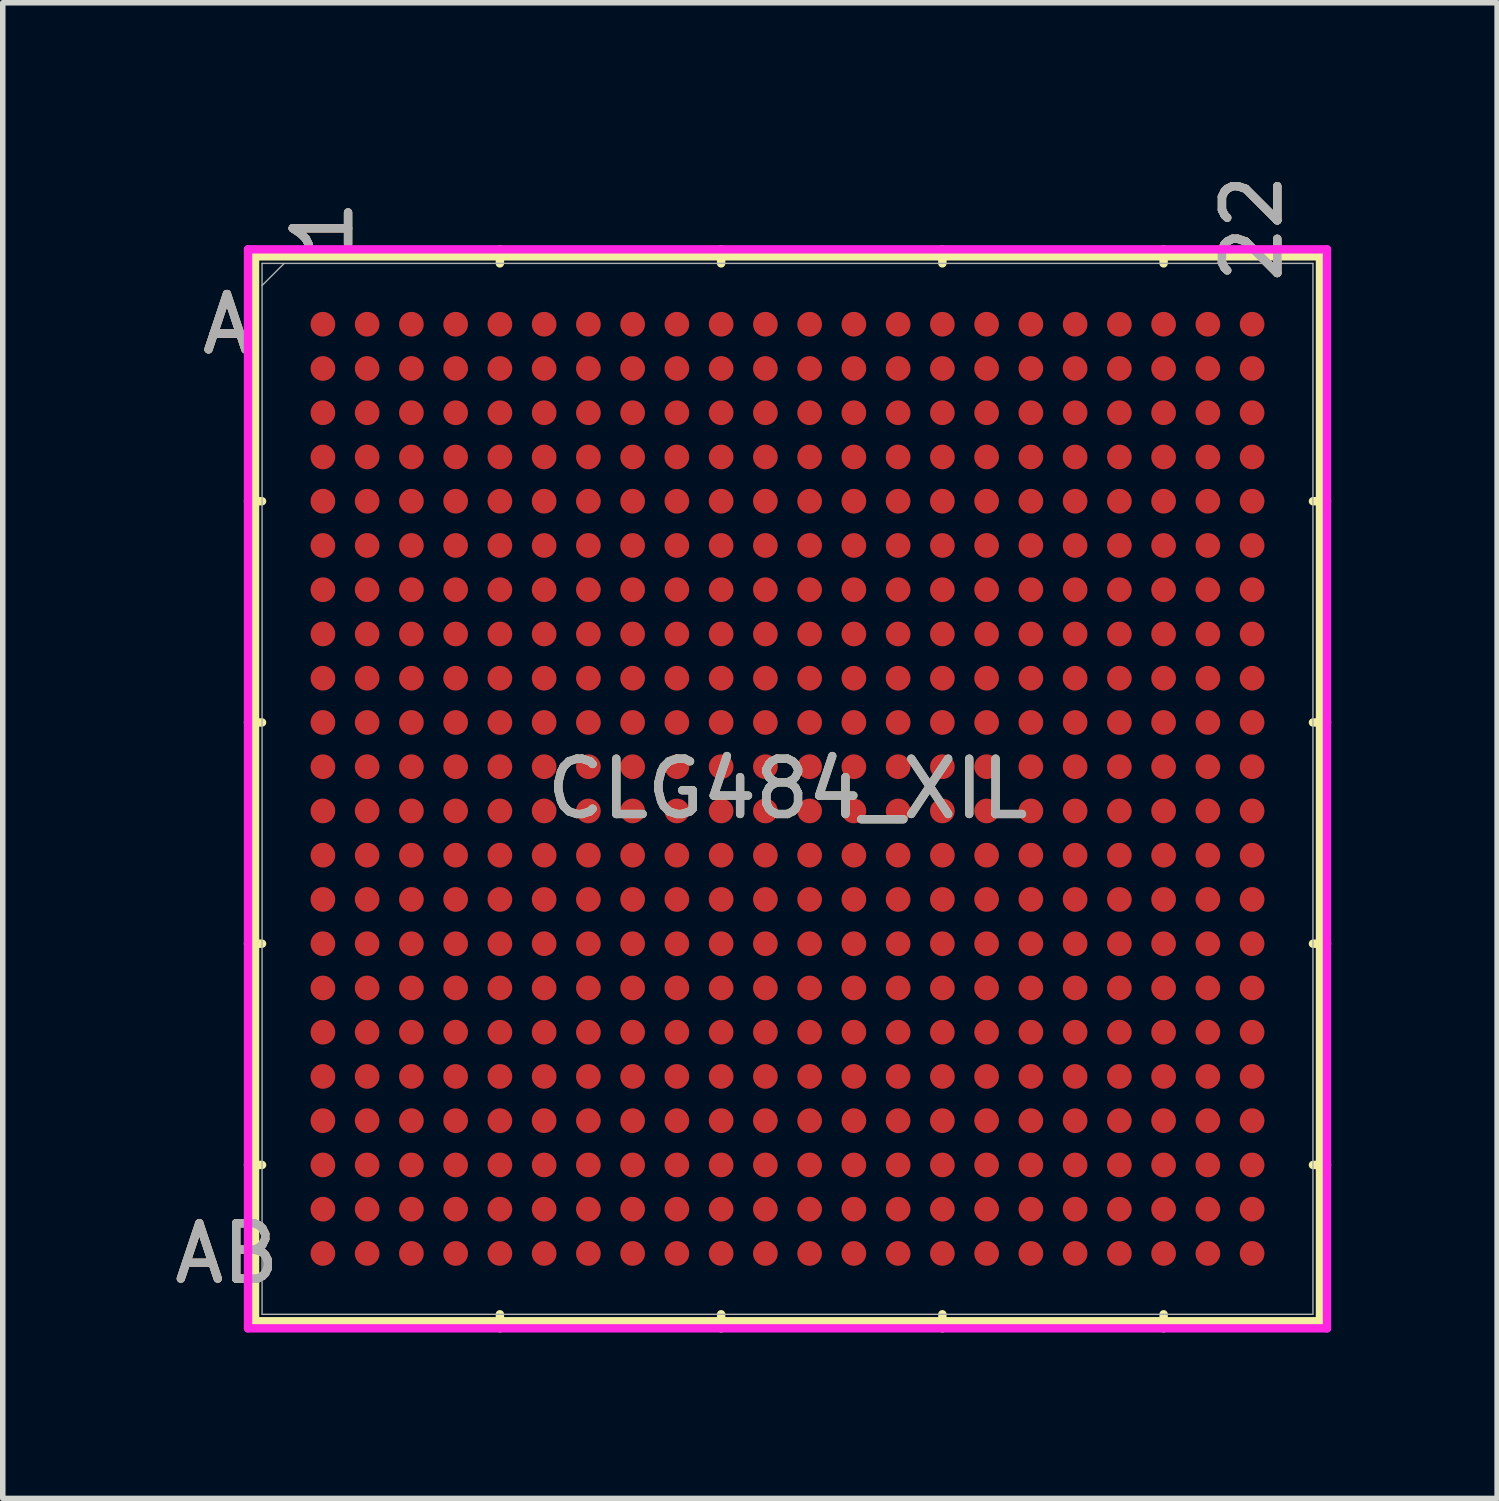
<source format=kicad_pcb>
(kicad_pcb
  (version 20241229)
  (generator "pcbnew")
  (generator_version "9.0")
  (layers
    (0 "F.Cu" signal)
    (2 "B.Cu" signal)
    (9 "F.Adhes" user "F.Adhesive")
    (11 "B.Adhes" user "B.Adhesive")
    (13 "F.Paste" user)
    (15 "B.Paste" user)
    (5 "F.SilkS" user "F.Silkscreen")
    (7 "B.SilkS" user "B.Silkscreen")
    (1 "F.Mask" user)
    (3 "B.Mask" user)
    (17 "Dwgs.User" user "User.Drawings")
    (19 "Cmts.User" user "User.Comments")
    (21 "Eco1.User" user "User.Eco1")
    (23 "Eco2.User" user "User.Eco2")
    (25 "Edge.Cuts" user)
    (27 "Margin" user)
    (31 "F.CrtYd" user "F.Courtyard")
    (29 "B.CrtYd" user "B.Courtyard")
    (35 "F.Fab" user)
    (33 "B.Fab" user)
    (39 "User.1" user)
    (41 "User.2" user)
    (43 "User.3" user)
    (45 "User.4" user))
  (footprint "CLG484_XIL"
    (layer "F.Cu")
    (at 11.188 11.212)
    (property "Reference" "CLG484_XIL" (at 0 0 0) (unlocked yes) (layer "F.SilkS") (effects (font (size 1 1) (thickness 0.15))))
    (attr smd)
    (fp_line (start -9.627 -9.627) (end -9.627 9.627) (stroke (width 0.152) (type solid)) (layer "F.SilkS"))
    (fp_line (start -9.627 9.627) (end 9.627 9.627) (stroke (width 0.152) (type solid)) (layer "F.SilkS"))
    (fp_line (start -9.5 -5.2) (end -9.754 -5.2) (stroke (width 0.152) (type solid)) (layer "F.SilkS"))
    (fp_line (start -9.5 -1.2) (end -9.754 -1.2) (stroke (width 0.152) (type solid)) (layer "F.SilkS"))
    (fp_line (start -9.5 2.8) (end -9.754 2.8) (stroke (width 0.152) (type solid)) (layer "F.SilkS"))
    (fp_line (start -9.5 6.8) (end -9.754 6.8) (stroke (width 0.152) (type solid)) (layer "F.SilkS"))
    (fp_line (start -5.2 -9.5) (end -5.2 -9.754) (stroke (width 0.152) (type solid)) (layer "F.SilkS"))
    (fp_line (start -5.2 9.5) (end -5.2 9.754) (stroke (width 0.152) (type solid)) (layer "F.SilkS"))
    (fp_line (start -1.2 -9.5) (end -1.2 -9.754) (stroke (width 0.152) (type solid)) (layer "F.SilkS"))
    (fp_line (start -1.2 9.5) (end -1.2 9.754) (stroke (width 0.152) (type solid)) (layer "F.SilkS"))
    (fp_line (start 2.8 -9.5) (end 2.8 -9.754) (stroke (width 0.152) (type solid)) (layer "F.SilkS"))
    (fp_line (start 2.8 9.5) (end 2.8 9.754) (stroke (width 0.152) (type solid)) (layer "F.SilkS"))
    (fp_line (start 6.8 -9.5) (end 6.8 -9.754) (stroke (width 0.152) (type solid)) (layer "F.SilkS"))
    (fp_line (start 6.8 9.5) (end 6.8 9.754) (stroke (width 0.152) (type solid)) (layer "F.SilkS"))
    (fp_line (start 9.5 -5.2) (end 9.754 -5.2) (stroke (width 0.152) (type solid)) (layer "F.SilkS"))
    (fp_line (start 9.5 -1.2) (end 9.754 -1.2) (stroke (width 0.152) (type solid)) (layer "F.SilkS"))
    (fp_line (start 9.5 2.8) (end 9.754 2.8) (stroke (width 0.152) (type solid)) (layer "F.SilkS"))
    (fp_line (start 9.5 6.8) (end 9.754 6.8) (stroke (width 0.152) (type solid)) (layer "F.SilkS"))
    (fp_line (start 9.627 -9.627) (end -9.627 -9.627) (stroke (width 0.152) (type solid)) (layer "F.SilkS"))
    (fp_line (start 9.627 9.627) (end 9.627 -9.627) (stroke (width 0.152) (type solid)) (layer "F.SilkS"))
    (fp_poly (pts (xy -9.244 -9.244) (xy 9.244 -9.244) (xy 9.244 9.244) (xy -9.244 9.244)) (stroke (width 0.1) (type solid)) (fill no) (layer "Eco2.User"))
    (fp_line (start -9.754 -9.754) (end 9.754 -9.754) (stroke (width 0.152) (type solid)) (layer "F.CrtYd"))
    (fp_line (start -9.754 9.754) (end -9.754 -9.754) (stroke (width 0.152) (type solid)) (layer "F.CrtYd"))
    (fp_line (start 9.754 -9.754) (end 9.754 9.754) (stroke (width 0.152) (type solid)) (layer "F.CrtYd"))
    (fp_line (start 9.754 9.754) (end -9.754 9.754) (stroke (width 0.152) (type solid)) (layer "F.CrtYd"))
    (fp_line (start -9.5 -9.5) (end -9.5 9.5) (stroke (width 0.025) (type solid)) (layer "F.Fab"))
    (fp_line (start -9.5 9.5) (end 9.5 9.5) (stroke (width 0.025) (type solid)) (layer "F.Fab"))
    (fp_line (start -9.1 -9.5) (end -9.5 -9.1) (stroke (width 0.025) (type solid)) (layer "F.Fab"))
    (fp_line (start 9.5 -9.5) (end -9.5 -9.5) (stroke (width 0.025) (type solid)) (layer "F.Fab"))
    (fp_line (start 9.5 9.5) (end 9.5 -9.5) (stroke (width 0.025) (type solid)) (layer "F.Fab"))
    (fp_text user "22" (at 8.4 -10.135 90) (unlocked yes) (layer "F.SilkS") (effects (font (size 1 1) (thickness 0.15))))
    (fp_text user "1" (at -8.4 -10.135 90) (unlocked yes) (layer "F.SilkS") (effects (font (size 1 1) (thickness 0.15))))
    (fp_text user "AB" (at -10.135 8.4 0) (unlocked yes) (layer "F.SilkS") (effects (font (size 1 1) (thickness 0.15))))
    (fp_text user "A" (at -10.135 -8.4 0) (unlocked yes) (layer "F.SilkS") (effects (font (size 1 1) (thickness 0.15))))
    (fp_text user "AB" (at -10.135 8.4 0) (unlocked yes) (layer "B.SilkS") (effects (font (size 1 1) (thickness 0.15))))
    (fp_text user "A" (at -10.135 -8.4 0) (unlocked yes) (layer "B.SilkS") (effects (font (size 1 1) (thickness 0.15))))
    (fp_text user "1" (at -8.4 -10.135 90) (unlocked yes) (layer "B.SilkS") (effects (font (size 1 1) (thickness 0.15))))
    (fp_text user "22" (at 8.4 -10.135 90) (unlocked yes) (layer "B.SilkS") (effects (font (size 1 1) (thickness 0.15))))
    (fp_text user "${REFERENCE}" (at 0 0 0) (unlocked yes) (layer "F.Fab") (effects (font (size 1 1) (thickness 0.15))))
    (fp_text user "22" (at 8.4 -10.135 90) (unlocked yes) (layer "F.Fab") (effects (font (size 1 1) (thickness 0.15))))
    (fp_text user "A" (at -10.135 -8.4 0) (unlocked yes) (layer "F.Fab") (effects (font (size 1 1) (thickness 0.15))))
    (fp_text user "1" (at -8.4 -10.135 90) (unlocked yes) (layer "F.Fab") (effects (font (size 1 1) (thickness 0.15))))
    (fp_text user "AB" (at -10.135 8.4 0) (unlocked yes) (layer "F.Fab") (effects (font (size 1 1) (thickness 0.15))))
    (pad "A1" smd circle (at -8.4 -8.4) (size 0.447 0.447) (layers "F.Cu" "F.Mask" "F.Paste"))
    (pad "A2" smd circle (at -7.6 -8.4) (size 0.447 0.447) (layers "F.Cu" "F.Mask" "F.Paste"))
    (pad "A3" smd circle (at -6.8 -8.4) (size 0.447 0.447) (layers "F.Cu" "F.Mask" "F.Paste"))
    (pad "A4" smd circle (at -6 -8.4) (size 0.447 0.447) (layers "F.Cu" "F.Mask" "F.Paste"))
    (pad "A5" smd circle (at -5.2 -8.4) (size 0.447 0.447) (layers "F.Cu" "F.Mask" "F.Paste"))
    (pad "A6" smd circle (at -4.4 -8.4) (size 0.447 0.447) (layers "F.Cu" "F.Mask" "F.Paste"))
    (pad "A7" smd circle (at -3.6 -8.4) (size 0.447 0.447) (layers "F.Cu" "F.Mask" "F.Paste"))
    (pad "A8" smd circle (at -2.8 -8.4) (size 0.447 0.447) (layers "F.Cu" "F.Mask" "F.Paste"))
    (pad "A9" smd circle (at -2 -8.4) (size 0.447 0.447) (layers "F.Cu" "F.Mask" "F.Paste"))
    (pad "A10" smd circle (at -1.2 -8.4) (size 0.447 0.447) (layers "F.Cu" "F.Mask" "F.Paste"))
    (pad "A11" smd circle (at -0.4 -8.4) (size 0.447 0.447) (layers "F.Cu" "F.Mask" "F.Paste"))
    (pad "A12" smd circle (at 0.4 -8.4) (size 0.447 0.447) (layers "F.Cu" "F.Mask" "F.Paste"))
    (pad "A13" smd circle (at 1.2 -8.4) (size 0.447 0.447) (layers "F.Cu" "F.Mask" "F.Paste"))
    (pad "A14" smd circle (at 2 -8.4) (size 0.447 0.447) (layers "F.Cu" "F.Mask" "F.Paste"))
    (pad "A15" smd circle (at 2.8 -8.4) (size 0.447 0.447) (layers "F.Cu" "F.Mask" "F.Paste"))
    (pad "A16" smd circle (at 3.6 -8.4) (size 0.447 0.447) (layers "F.Cu" "F.Mask" "F.Paste"))
    (pad "A17" smd circle (at 4.4 -8.4) (size 0.447 0.447) (layers "F.Cu" "F.Mask" "F.Paste"))
    (pad "A18" smd circle (at 5.2 -8.4) (size 0.447 0.447) (layers "F.Cu" "F.Mask" "F.Paste"))
    (pad "A19" smd circle (at 6 -8.4) (size 0.447 0.447) (layers "F.Cu" "F.Mask" "F.Paste"))
    (pad "A20" smd circle (at 6.8 -8.4) (size 0.447 0.447) (layers "F.Cu" "F.Mask" "F.Paste"))
    (pad "A21" smd circle (at 7.6 -8.4) (size 0.447 0.447) (layers "F.Cu" "F.Mask" "F.Paste"))
    (pad "A22" smd circle (at 8.4 -8.4) (size 0.447 0.447) (layers "F.Cu" "F.Mask" "F.Paste"))
    (pad "AA1" smd circle (at -8.4 7.6) (size 0.447 0.447) (layers "F.Cu" "F.Mask" "F.Paste"))
    (pad "AA2" smd circle (at -7.6 7.6) (size 0.447 0.447) (layers "F.Cu" "F.Mask" "F.Paste"))
    (pad "AA3" smd circle (at -6.8 7.6) (size 0.447 0.447) (layers "F.Cu" "F.Mask" "F.Paste"))
    (pad "AA4" smd circle (at -6 7.6) (size 0.447 0.447) (layers "F.Cu" "F.Mask" "F.Paste"))
    (pad "AA5" smd circle (at -5.2 7.6) (size 0.447 0.447) (layers "F.Cu" "F.Mask" "F.Paste"))
    (pad "AA6" smd circle (at -4.4 7.6) (size 0.447 0.447) (layers "F.Cu" "F.Mask" "F.Paste"))
    (pad "AA7" smd circle (at -3.6 7.6) (size 0.447 0.447) (layers "F.Cu" "F.Mask" "F.Paste"))
    (pad "AA8" smd circle (at -2.8 7.6) (size 0.447 0.447) (layers "F.Cu" "F.Mask" "F.Paste"))
    (pad "AA9" smd circle (at -2 7.6) (size 0.447 0.447) (layers "F.Cu" "F.Mask" "F.Paste"))
    (pad "AA10" smd circle (at -1.2 7.6) (size 0.447 0.447) (layers "F.Cu" "F.Mask" "F.Paste"))
    (pad "AA11" smd circle (at -0.4 7.6) (size 0.447 0.447) (layers "F.Cu" "F.Mask" "F.Paste"))
    (pad "AA12" smd circle (at 0.4 7.6) (size 0.447 0.447) (layers "F.Cu" "F.Mask" "F.Paste"))
    (pad "AA13" smd circle (at 1.2 7.6) (size 0.447 0.447) (layers "F.Cu" "F.Mask" "F.Paste"))
    (pad "AA14" smd circle (at 2 7.6) (size 0.447 0.447) (layers "F.Cu" "F.Mask" "F.Paste"))
    (pad "AA15" smd circle (at 2.8 7.6) (size 0.447 0.447) (layers "F.Cu" "F.Mask" "F.Paste"))
    (pad "AA16" smd circle (at 3.6 7.6) (size 0.447 0.447) (layers "F.Cu" "F.Mask" "F.Paste"))
    (pad "AA17" smd circle (at 4.4 7.6) (size 0.447 0.447) (layers "F.Cu" "F.Mask" "F.Paste"))
    (pad "AA18" smd circle (at 5.2 7.6) (size 0.447 0.447) (layers "F.Cu" "F.Mask" "F.Paste"))
    (pad "AA19" smd circle (at 6 7.6) (size 0.447 0.447) (layers "F.Cu" "F.Mask" "F.Paste"))
    (pad "AA20" smd circle (at 6.8 7.6) (size 0.447 0.447) (layers "F.Cu" "F.Mask" "F.Paste"))
    (pad "AA21" smd circle (at 7.6 7.6) (size 0.447 0.447) (layers "F.Cu" "F.Mask" "F.Paste"))
    (pad "AA22" smd circle (at 8.4 7.6) (size 0.447 0.447) (layers "F.Cu" "F.Mask" "F.Paste"))
    (pad "AB1" smd circle (at -8.4 8.4) (size 0.447 0.447) (layers "F.Cu" "F.Mask" "F.Paste"))
    (pad "AB2" smd circle (at -7.6 8.4) (size 0.447 0.447) (layers "F.Cu" "F.Mask" "F.Paste"))
    (pad "AB3" smd circle (at -6.8 8.4) (size 0.447 0.447) (layers "F.Cu" "F.Mask" "F.Paste"))
    (pad "AB4" smd circle (at -6 8.4) (size 0.447 0.447) (layers "F.Cu" "F.Mask" "F.Paste"))
    (pad "AB5" smd circle (at -5.2 8.4) (size 0.447 0.447) (layers "F.Cu" "F.Mask" "F.Paste"))
    (pad "AB6" smd circle (at -4.4 8.4) (size 0.447 0.447) (layers "F.Cu" "F.Mask" "F.Paste"))
    (pad "AB7" smd circle (at -3.6 8.4) (size 0.447 0.447) (layers "F.Cu" "F.Mask" "F.Paste"))
    (pad "AB8" smd circle (at -2.8 8.4) (size 0.447 0.447) (layers "F.Cu" "F.Mask" "F.Paste"))
    (pad "AB9" smd circle (at -2 8.4) (size 0.447 0.447) (layers "F.Cu" "F.Mask" "F.Paste"))
    (pad "AB10" smd circle (at -1.2 8.4) (size 0.447 0.447) (layers "F.Cu" "F.Mask" "F.Paste"))
    (pad "AB11" smd circle (at -0.4 8.4) (size 0.447 0.447) (layers "F.Cu" "F.Mask" "F.Paste"))
    (pad "AB12" smd circle (at 0.4 8.4) (size 0.447 0.447) (layers "F.Cu" "F.Mask" "F.Paste"))
    (pad "AB13" smd circle (at 1.2 8.4) (size 0.447 0.447) (layers "F.Cu" "F.Mask" "F.Paste"))
    (pad "AB14" smd circle (at 2 8.4) (size 0.447 0.447) (layers "F.Cu" "F.Mask" "F.Paste"))
    (pad "AB15" smd circle (at 2.8 8.4) (size 0.447 0.447) (layers "F.Cu" "F.Mask" "F.Paste"))
    (pad "AB16" smd circle (at 3.6 8.4) (size 0.447 0.447) (layers "F.Cu" "F.Mask" "F.Paste"))
    (pad "AB17" smd circle (at 4.4 8.4) (size 0.447 0.447) (layers "F.Cu" "F.Mask" "F.Paste"))
    (pad "AB18" smd circle (at 5.2 8.4) (size 0.447 0.447) (layers "F.Cu" "F.Mask" "F.Paste"))
    (pad "AB19" smd circle (at 6 8.4) (size 0.447 0.447) (layers "F.Cu" "F.Mask" "F.Paste"))
    (pad "AB20" smd circle (at 6.8 8.4) (size 0.447 0.447) (layers "F.Cu" "F.Mask" "F.Paste"))
    (pad "AB21" smd circle (at 7.6 8.4) (size 0.447 0.447) (layers "F.Cu" "F.Mask" "F.Paste"))
    (pad "AB22" smd circle (at 8.4 8.4) (size 0.447 0.447) (layers "F.Cu" "F.Mask" "F.Paste"))
    (pad "B1" smd circle (at -8.4 -7.6) (size 0.447 0.447) (layers "F.Cu" "F.Mask" "F.Paste"))
    (pad "B2" smd circle (at -7.6 -7.6) (size 0.447 0.447) (layers "F.Cu" "F.Mask" "F.Paste"))
    (pad "B3" smd circle (at -6.8 -7.6) (size 0.447 0.447) (layers "F.Cu" "F.Mask" "F.Paste"))
    (pad "B4" smd circle (at -6 -7.6) (size 0.447 0.447) (layers "F.Cu" "F.Mask" "F.Paste"))
    (pad "B5" smd circle (at -5.2 -7.6) (size 0.447 0.447) (layers "F.Cu" "F.Mask" "F.Paste"))
    (pad "B6" smd circle (at -4.4 -7.6) (size 0.447 0.447) (layers "F.Cu" "F.Mask" "F.Paste"))
    (pad "B7" smd circle (at -3.6 -7.6) (size 0.447 0.447) (layers "F.Cu" "F.Mask" "F.Paste"))
    (pad "B8" smd circle (at -2.8 -7.6) (size 0.447 0.447) (layers "F.Cu" "F.Mask" "F.Paste"))
    (pad "B9" smd circle (at -2 -7.6) (size 0.447 0.447) (layers "F.Cu" "F.Mask" "F.Paste"))
    (pad "B10" smd circle (at -1.2 -7.6) (size 0.447 0.447) (layers "F.Cu" "F.Mask" "F.Paste"))
    (pad "B11" smd circle (at -0.4 -7.6) (size 0.447 0.447) (layers "F.Cu" "F.Mask" "F.Paste"))
    (pad "B12" smd circle (at 0.4 -7.6) (size 0.447 0.447) (layers "F.Cu" "F.Mask" "F.Paste"))
    (pad "B13" smd circle (at 1.2 -7.6) (size 0.447 0.447) (layers "F.Cu" "F.Mask" "F.Paste"))
    (pad "B14" smd circle (at 2 -7.6) (size 0.447 0.447) (layers "F.Cu" "F.Mask" "F.Paste"))
    (pad "B15" smd circle (at 2.8 -7.6) (size 0.447 0.447) (layers "F.Cu" "F.Mask" "F.Paste"))
    (pad "B16" smd circle (at 3.6 -7.6) (size 0.447 0.447) (layers "F.Cu" "F.Mask" "F.Paste"))
    (pad "B17" smd circle (at 4.4 -7.6) (size 0.447 0.447) (layers "F.Cu" "F.Mask" "F.Paste"))
    (pad "B18" smd circle (at 5.2 -7.6) (size 0.447 0.447) (layers "F.Cu" "F.Mask" "F.Paste"))
    (pad "B19" smd circle (at 6 -7.6) (size 0.447 0.447) (layers "F.Cu" "F.Mask" "F.Paste"))
    (pad "B20" smd circle (at 6.8 -7.6) (size 0.447 0.447) (layers "F.Cu" "F.Mask" "F.Paste"))
    (pad "B21" smd circle (at 7.6 -7.6) (size 0.447 0.447) (layers "F.Cu" "F.Mask" "F.Paste"))
    (pad "B22" smd circle (at 8.4 -7.6) (size 0.447 0.447) (layers "F.Cu" "F.Mask" "F.Paste"))
    (pad "C1" smd circle (at -8.4 -6.8) (size 0.447 0.447) (layers "F.Cu" "F.Mask" "F.Paste"))
    (pad "C2" smd circle (at -7.6 -6.8) (size 0.447 0.447) (layers "F.Cu" "F.Mask" "F.Paste"))
    (pad "C3" smd circle (at -6.8 -6.8) (size 0.447 0.447) (layers "F.Cu" "F.Mask" "F.Paste"))
    (pad "C4" smd circle (at -6 -6.8) (size 0.447 0.447) (layers "F.Cu" "F.Mask" "F.Paste"))
    (pad "C5" smd circle (at -5.2 -6.8) (size 0.447 0.447) (layers "F.Cu" "F.Mask" "F.Paste"))
    (pad "C6" smd circle (at -4.4 -6.8) (size 0.447 0.447) (layers "F.Cu" "F.Mask" "F.Paste"))
    (pad "C7" smd circle (at -3.6 -6.8) (size 0.447 0.447) (layers "F.Cu" "F.Mask" "F.Paste"))
    (pad "C8" smd circle (at -2.8 -6.8) (size 0.447 0.447) (layers "F.Cu" "F.Mask" "F.Paste"))
    (pad "C9" smd circle (at -2 -6.8) (size 0.447 0.447) (layers "F.Cu" "F.Mask" "F.Paste"))
    (pad "C10" smd circle (at -1.2 -6.8) (size 0.447 0.447) (layers "F.Cu" "F.Mask" "F.Paste"))
    (pad "C11" smd circle (at -0.4 -6.8) (size 0.447 0.447) (layers "F.Cu" "F.Mask" "F.Paste"))
    (pad "C12" smd circle (at 0.4 -6.8) (size 0.447 0.447) (layers "F.Cu" "F.Mask" "F.Paste"))
    (pad "C13" smd circle (at 1.2 -6.8) (size 0.447 0.447) (layers "F.Cu" "F.Mask" "F.Paste"))
    (pad "C14" smd circle (at 2 -6.8) (size 0.447 0.447) (layers "F.Cu" "F.Mask" "F.Paste"))
    (pad "C15" smd circle (at 2.8 -6.8) (size 0.447 0.447) (layers "F.Cu" "F.Mask" "F.Paste"))
    (pad "C16" smd circle (at 3.6 -6.8) (size 0.447 0.447) (layers "F.Cu" "F.Mask" "F.Paste"))
    (pad "C17" smd circle (at 4.4 -6.8) (size 0.447 0.447) (layers "F.Cu" "F.Mask" "F.Paste"))
    (pad "C18" smd circle (at 5.2 -6.8) (size 0.447 0.447) (layers "F.Cu" "F.Mask" "F.Paste"))
    (pad "C19" smd circle (at 6 -6.8) (size 0.447 0.447) (layers "F.Cu" "F.Mask" "F.Paste"))
    (pad "C20" smd circle (at 6.8 -6.8) (size 0.447 0.447) (layers "F.Cu" "F.Mask" "F.Paste"))
    (pad "C21" smd circle (at 7.6 -6.8) (size 0.447 0.447) (layers "F.Cu" "F.Mask" "F.Paste"))
    (pad "C22" smd circle (at 8.4 -6.8) (size 0.447 0.447) (layers "F.Cu" "F.Mask" "F.Paste"))
    (pad "D1" smd circle (at -8.4 -6) (size 0.447 0.447) (layers "F.Cu" "F.Mask" "F.Paste"))
    (pad "D2" smd circle (at -7.6 -6) (size 0.447 0.447) (layers "F.Cu" "F.Mask" "F.Paste"))
    (pad "D3" smd circle (at -6.8 -6) (size 0.447 0.447) (layers "F.Cu" "F.Mask" "F.Paste"))
    (pad "D4" smd circle (at -6 -6) (size 0.447 0.447) (layers "F.Cu" "F.Mask" "F.Paste"))
    (pad "D5" smd circle (at -5.2 -6) (size 0.447 0.447) (layers "F.Cu" "F.Mask" "F.Paste"))
    (pad "D6" smd circle (at -4.4 -6) (size 0.447 0.447) (layers "F.Cu" "F.Mask" "F.Paste"))
    (pad "D7" smd circle (at -3.6 -6) (size 0.447 0.447) (layers "F.Cu" "F.Mask" "F.Paste"))
    (pad "D8" smd circle (at -2.8 -6) (size 0.447 0.447) (layers "F.Cu" "F.Mask" "F.Paste"))
    (pad "D9" smd circle (at -2 -6) (size 0.447 0.447) (layers "F.Cu" "F.Mask" "F.Paste"))
    (pad "D10" smd circle (at -1.2 -6) (size 0.447 0.447) (layers "F.Cu" "F.Mask" "F.Paste"))
    (pad "D11" smd circle (at -0.4 -6) (size 0.447 0.447) (layers "F.Cu" "F.Mask" "F.Paste"))
    (pad "D12" smd circle (at 0.4 -6) (size 0.447 0.447) (layers "F.Cu" "F.Mask" "F.Paste"))
    (pad "D13" smd circle (at 1.2 -6) (size 0.447 0.447) (layers "F.Cu" "F.Mask" "F.Paste"))
    (pad "D14" smd circle (at 2 -6) (size 0.447 0.447) (layers "F.Cu" "F.Mask" "F.Paste"))
    (pad "D15" smd circle (at 2.8 -6) (size 0.447 0.447) (layers "F.Cu" "F.Mask" "F.Paste"))
    (pad "D16" smd circle (at 3.6 -6) (size 0.447 0.447) (layers "F.Cu" "F.Mask" "F.Paste"))
    (pad "D17" smd circle (at 4.4 -6) (size 0.447 0.447) (layers "F.Cu" "F.Mask" "F.Paste"))
    (pad "D18" smd circle (at 5.2 -6) (size 0.447 0.447) (layers "F.Cu" "F.Mask" "F.Paste"))
    (pad "D19" smd circle (at 6 -6) (size 0.447 0.447) (layers "F.Cu" "F.Mask" "F.Paste"))
    (pad "D20" smd circle (at 6.8 -6) (size 0.447 0.447) (layers "F.Cu" "F.Mask" "F.Paste"))
    (pad "D21" smd circle (at 7.6 -6) (size 0.447 0.447) (layers "F.Cu" "F.Mask" "F.Paste"))
    (pad "D22" smd circle (at 8.4 -6) (size 0.447 0.447) (layers "F.Cu" "F.Mask" "F.Paste"))
    (pad "E1" smd circle (at -8.4 -5.2) (size 0.447 0.447) (layers "F.Cu" "F.Mask" "F.Paste"))
    (pad "E2" smd circle (at -7.6 -5.2) (size 0.447 0.447) (layers "F.Cu" "F.Mask" "F.Paste"))
    (pad "E3" smd circle (at -6.8 -5.2) (size 0.447 0.447) (layers "F.Cu" "F.Mask" "F.Paste"))
    (pad "E4" smd circle (at -6 -5.2) (size 0.447 0.447) (layers "F.Cu" "F.Mask" "F.Paste"))
    (pad "E5" smd circle (at -5.2 -5.2) (size 0.447 0.447) (layers "F.Cu" "F.Mask" "F.Paste"))
    (pad "E6" smd circle (at -4.4 -5.2) (size 0.447 0.447) (layers "F.Cu" "F.Mask" "F.Paste"))
    (pad "E7" smd circle (at -3.6 -5.2) (size 0.447 0.447) (layers "F.Cu" "F.Mask" "F.Paste"))
    (pad "E8" smd circle (at -2.8 -5.2) (size 0.447 0.447) (layers "F.Cu" "F.Mask" "F.Paste"))
    (pad "E9" smd circle (at -2 -5.2) (size 0.447 0.447) (layers "F.Cu" "F.Mask" "F.Paste"))
    (pad "E10" smd circle (at -1.2 -5.2) (size 0.447 0.447) (layers "F.Cu" "F.Mask" "F.Paste"))
    (pad "E11" smd circle (at -0.4 -5.2) (size 0.447 0.447) (layers "F.Cu" "F.Mask" "F.Paste"))
    (pad "E12" smd circle (at 0.4 -5.2) (size 0.447 0.447) (layers "F.Cu" "F.Mask" "F.Paste"))
    (pad "E13" smd circle (at 1.2 -5.2) (size 0.447 0.447) (layers "F.Cu" "F.Mask" "F.Paste"))
    (pad "E14" smd circle (at 2 -5.2) (size 0.447 0.447) (layers "F.Cu" "F.Mask" "F.Paste"))
    (pad "E15" smd circle (at 2.8 -5.2) (size 0.447 0.447) (layers "F.Cu" "F.Mask" "F.Paste"))
    (pad "E16" smd circle (at 3.6 -5.2) (size 0.447 0.447) (layers "F.Cu" "F.Mask" "F.Paste"))
    (pad "E17" smd circle (at 4.4 -5.2) (size 0.447 0.447) (layers "F.Cu" "F.Mask" "F.Paste"))
    (pad "E18" smd circle (at 5.2 -5.2) (size 0.447 0.447) (layers "F.Cu" "F.Mask" "F.Paste"))
    (pad "E19" smd circle (at 6 -5.2) (size 0.447 0.447) (layers "F.Cu" "F.Mask" "F.Paste"))
    (pad "E20" smd circle (at 6.8 -5.2) (size 0.447 0.447) (layers "F.Cu" "F.Mask" "F.Paste"))
    (pad "E21" smd circle (at 7.6 -5.2) (size 0.447 0.447) (layers "F.Cu" "F.Mask" "F.Paste"))
    (pad "E22" smd circle (at 8.4 -5.2) (size 0.447 0.447) (layers "F.Cu" "F.Mask" "F.Paste"))
    (pad "F1" smd circle (at -8.4 -4.4) (size 0.447 0.447) (layers "F.Cu" "F.Mask" "F.Paste"))
    (pad "F2" smd circle (at -7.6 -4.4) (size 0.447 0.447) (layers "F.Cu" "F.Mask" "F.Paste"))
    (pad "F3" smd circle (at -6.8 -4.4) (size 0.447 0.447) (layers "F.Cu" "F.Mask" "F.Paste"))
    (pad "F4" smd circle (at -6 -4.4) (size 0.447 0.447) (layers "F.Cu" "F.Mask" "F.Paste"))
    (pad "F5" smd circle (at -5.2 -4.4) (size 0.447 0.447) (layers "F.Cu" "F.Mask" "F.Paste"))
    (pad "F6" smd circle (at -4.4 -4.4) (size 0.447 0.447) (layers "F.Cu" "F.Mask" "F.Paste"))
    (pad "F7" smd circle (at -3.6 -4.4) (size 0.447 0.447) (layers "F.Cu" "F.Mask" "F.Paste"))
    (pad "F8" smd circle (at -2.8 -4.4) (size 0.447 0.447) (layers "F.Cu" "F.Mask" "F.Paste"))
    (pad "F9" smd circle (at -2 -4.4) (size 0.447 0.447) (layers "F.Cu" "F.Mask" "F.Paste"))
    (pad "F10" smd circle (at -1.2 -4.4) (size 0.447 0.447) (layers "F.Cu" "F.Mask" "F.Paste"))
    (pad "F11" smd circle (at -0.4 -4.4) (size 0.447 0.447) (layers "F.Cu" "F.Mask" "F.Paste"))
    (pad "F12" smd circle (at 0.4 -4.4) (size 0.447 0.447) (layers "F.Cu" "F.Mask" "F.Paste"))
    (pad "F13" smd circle (at 1.2 -4.4) (size 0.447 0.447) (layers "F.Cu" "F.Mask" "F.Paste"))
    (pad "F14" smd circle (at 2 -4.4) (size 0.447 0.447) (layers "F.Cu" "F.Mask" "F.Paste"))
    (pad "F15" smd circle (at 2.8 -4.4) (size 0.447 0.447) (layers "F.Cu" "F.Mask" "F.Paste"))
    (pad "F16" smd circle (at 3.6 -4.4) (size 0.447 0.447) (layers "F.Cu" "F.Mask" "F.Paste"))
    (pad "F17" smd circle (at 4.4 -4.4) (size 0.447 0.447) (layers "F.Cu" "F.Mask" "F.Paste"))
    (pad "F18" smd circle (at 5.2 -4.4) (size 0.447 0.447) (layers "F.Cu" "F.Mask" "F.Paste"))
    (pad "F19" smd circle (at 6 -4.4) (size 0.447 0.447) (layers "F.Cu" "F.Mask" "F.Paste"))
    (pad "F20" smd circle (at 6.8 -4.4) (size 0.447 0.447) (layers "F.Cu" "F.Mask" "F.Paste"))
    (pad "F21" smd circle (at 7.6 -4.4) (size 0.447 0.447) (layers "F.Cu" "F.Mask" "F.Paste"))
    (pad "F22" smd circle (at 8.4 -4.4) (size 0.447 0.447) (layers "F.Cu" "F.Mask" "F.Paste"))
    (pad "G1" smd circle (at -8.4 -3.6) (size 0.447 0.447) (layers "F.Cu" "F.Mask" "F.Paste"))
    (pad "G2" smd circle (at -7.6 -3.6) (size 0.447 0.447) (layers "F.Cu" "F.Mask" "F.Paste"))
    (pad "G3" smd circle (at -6.8 -3.6) (size 0.447 0.447) (layers "F.Cu" "F.Mask" "F.Paste"))
    (pad "G4" smd circle (at -6 -3.6) (size 0.447 0.447) (layers "F.Cu" "F.Mask" "F.Paste"))
    (pad "G5" smd circle (at -5.2 -3.6) (size 0.447 0.447) (layers "F.Cu" "F.Mask" "F.Paste"))
    (pad "G6" smd circle (at -4.4 -3.6) (size 0.447 0.447) (layers "F.Cu" "F.Mask" "F.Paste"))
    (pad "G7" smd circle (at -3.6 -3.6) (size 0.447 0.447) (layers "F.Cu" "F.Mask" "F.Paste"))
    (pad "G8" smd circle (at -2.8 -3.6) (size 0.447 0.447) (layers "F.Cu" "F.Mask" "F.Paste"))
    (pad "G9" smd circle (at -2 -3.6) (size 0.447 0.447) (layers "F.Cu" "F.Mask" "F.Paste"))
    (pad "G10" smd circle (at -1.2 -3.6) (size 0.447 0.447) (layers "F.Cu" "F.Mask" "F.Paste"))
    (pad "G11" smd circle (at -0.4 -3.6) (size 0.447 0.447) (layers "F.Cu" "F.Mask" "F.Paste"))
    (pad "G12" smd circle (at 0.4 -3.6) (size 0.447 0.447) (layers "F.Cu" "F.Mask" "F.Paste"))
    (pad "G13" smd circle (at 1.2 -3.6) (size 0.447 0.447) (layers "F.Cu" "F.Mask" "F.Paste"))
    (pad "G14" smd circle (at 2 -3.6) (size 0.447 0.447) (layers "F.Cu" "F.Mask" "F.Paste"))
    (pad "G15" smd circle (at 2.8 -3.6) (size 0.447 0.447) (layers "F.Cu" "F.Mask" "F.Paste"))
    (pad "G16" smd circle (at 3.6 -3.6) (size 0.447 0.447) (layers "F.Cu" "F.Mask" "F.Paste"))
    (pad "G17" smd circle (at 4.4 -3.6) (size 0.447 0.447) (layers "F.Cu" "F.Mask" "F.Paste"))
    (pad "G18" smd circle (at 5.2 -3.6) (size 0.447 0.447) (layers "F.Cu" "F.Mask" "F.Paste"))
    (pad "G19" smd circle (at 6 -3.6) (size 0.447 0.447) (layers "F.Cu" "F.Mask" "F.Paste"))
    (pad "G20" smd circle (at 6.8 -3.6) (size 0.447 0.447) (layers "F.Cu" "F.Mask" "F.Paste"))
    (pad "G21" smd circle (at 7.6 -3.6) (size 0.447 0.447) (layers "F.Cu" "F.Mask" "F.Paste"))
    (pad "G22" smd circle (at 8.4 -3.6) (size 0.447 0.447) (layers "F.Cu" "F.Mask" "F.Paste"))
    (pad "H1" smd circle (at -8.4 -2.8) (size 0.447 0.447) (layers "F.Cu" "F.Mask" "F.Paste"))
    (pad "H2" smd circle (at -7.6 -2.8) (size 0.447 0.447) (layers "F.Cu" "F.Mask" "F.Paste"))
    (pad "H3" smd circle (at -6.8 -2.8) (size 0.447 0.447) (layers "F.Cu" "F.Mask" "F.Paste"))
    (pad "H4" smd circle (at -6 -2.8) (size 0.447 0.447) (layers "F.Cu" "F.Mask" "F.Paste"))
    (pad "H5" smd circle (at -5.2 -2.8) (size 0.447 0.447) (layers "F.Cu" "F.Mask" "F.Paste"))
    (pad "H6" smd circle (at -4.4 -2.8) (size 0.447 0.447) (layers "F.Cu" "F.Mask" "F.Paste"))
    (pad "H7" smd circle (at -3.6 -2.8) (size 0.447 0.447) (layers "F.Cu" "F.Mask" "F.Paste"))
    (pad "H8" smd circle (at -2.8 -2.8) (size 0.447 0.447) (layers "F.Cu" "F.Mask" "F.Paste"))
    (pad "H9" smd circle (at -2 -2.8) (size 0.447 0.447) (layers "F.Cu" "F.Mask" "F.Paste"))
    (pad "H10" smd circle (at -1.2 -2.8) (size 0.447 0.447) (layers "F.Cu" "F.Mask" "F.Paste"))
    (pad "H11" smd circle (at -0.4 -2.8) (size 0.447 0.447) (layers "F.Cu" "F.Mask" "F.Paste"))
    (pad "H12" smd circle (at 0.4 -2.8) (size 0.447 0.447) (layers "F.Cu" "F.Mask" "F.Paste"))
    (pad "H13" smd circle (at 1.2 -2.8) (size 0.447 0.447) (layers "F.Cu" "F.Mask" "F.Paste"))
    (pad "H14" smd circle (at 2 -2.8) (size 0.447 0.447) (layers "F.Cu" "F.Mask" "F.Paste"))
    (pad "H15" smd circle (at 2.8 -2.8) (size 0.447 0.447) (layers "F.Cu" "F.Mask" "F.Paste"))
    (pad "H16" smd circle (at 3.6 -2.8) (size 0.447 0.447) (layers "F.Cu" "F.Mask" "F.Paste"))
    (pad "H17" smd circle (at 4.4 -2.8) (size 0.447 0.447) (layers "F.Cu" "F.Mask" "F.Paste"))
    (pad "H18" smd circle (at 5.2 -2.8) (size 0.447 0.447) (layers "F.Cu" "F.Mask" "F.Paste"))
    (pad "H19" smd circle (at 6 -2.8) (size 0.447 0.447) (layers "F.Cu" "F.Mask" "F.Paste"))
    (pad "H20" smd circle (at 6.8 -2.8) (size 0.447 0.447) (layers "F.Cu" "F.Mask" "F.Paste"))
    (pad "H21" smd circle (at 7.6 -2.8) (size 0.447 0.447) (layers "F.Cu" "F.Mask" "F.Paste"))
    (pad "H22" smd circle (at 8.4 -2.8) (size 0.447 0.447) (layers "F.Cu" "F.Mask" "F.Paste"))
    (pad "J1" smd circle (at -8.4 -2) (size 0.447 0.447) (layers "F.Cu" "F.Mask" "F.Paste"))
    (pad "J2" smd circle (at -7.6 -2) (size 0.447 0.447) (layers "F.Cu" "F.Mask" "F.Paste"))
    (pad "J3" smd circle (at -6.8 -2) (size 0.447 0.447) (layers "F.Cu" "F.Mask" "F.Paste"))
    (pad "J4" smd circle (at -6 -2) (size 0.447 0.447) (layers "F.Cu" "F.Mask" "F.Paste"))
    (pad "J5" smd circle (at -5.2 -2) (size 0.447 0.447) (layers "F.Cu" "F.Mask" "F.Paste"))
    (pad "J6" smd circle (at -4.4 -2) (size 0.447 0.447) (layers "F.Cu" "F.Mask" "F.Paste"))
    (pad "J7" smd circle (at -3.6 -2) (size 0.447 0.447) (layers "F.Cu" "F.Mask" "F.Paste"))
    (pad "J8" smd circle (at -2.8 -2) (size 0.447 0.447) (layers "F.Cu" "F.Mask" "F.Paste"))
    (pad "J9" smd circle (at -2 -2) (size 0.447 0.447) (layers "F.Cu" "F.Mask" "F.Paste"))
    (pad "J10" smd circle (at -1.2 -2) (size 0.447 0.447) (layers "F.Cu" "F.Mask" "F.Paste"))
    (pad "J11" smd circle (at -0.4 -2) (size 0.447 0.447) (layers "F.Cu" "F.Mask" "F.Paste"))
    (pad "J12" smd circle (at 0.4 -2) (size 0.447 0.447) (layers "F.Cu" "F.Mask" "F.Paste"))
    (pad "J13" smd circle (at 1.2 -2) (size 0.447 0.447) (layers "F.Cu" "F.Mask" "F.Paste"))
    (pad "J14" smd circle (at 2 -2) (size 0.447 0.447) (layers "F.Cu" "F.Mask" "F.Paste"))
    (pad "J15" smd circle (at 2.8 -2) (size 0.447 0.447) (layers "F.Cu" "F.Mask" "F.Paste"))
    (pad "J16" smd circle (at 3.6 -2) (size 0.447 0.447) (layers "F.Cu" "F.Mask" "F.Paste"))
    (pad "J17" smd circle (at 4.4 -2) (size 0.447 0.447) (layers "F.Cu" "F.Mask" "F.Paste"))
    (pad "J18" smd circle (at 5.2 -2) (size 0.447 0.447) (layers "F.Cu" "F.Mask" "F.Paste"))
    (pad "J19" smd circle (at 6 -2) (size 0.447 0.447) (layers "F.Cu" "F.Mask" "F.Paste"))
    (pad "J20" smd circle (at 6.8 -2) (size 0.447 0.447) (layers "F.Cu" "F.Mask" "F.Paste"))
    (pad "J21" smd circle (at 7.6 -2) (size 0.447 0.447) (layers "F.Cu" "F.Mask" "F.Paste"))
    (pad "J22" smd circle (at 8.4 -2) (size 0.447 0.447) (layers "F.Cu" "F.Mask" "F.Paste"))
    (pad "K1" smd circle (at -8.4 -1.2) (size 0.447 0.447) (layers "F.Cu" "F.Mask" "F.Paste"))
    (pad "K2" smd circle (at -7.6 -1.2) (size 0.447 0.447) (layers "F.Cu" "F.Mask" "F.Paste"))
    (pad "K3" smd circle (at -6.8 -1.2) (size 0.447 0.447) (layers "F.Cu" "F.Mask" "F.Paste"))
    (pad "K4" smd circle (at -6 -1.2) (size 0.447 0.447) (layers "F.Cu" "F.Mask" "F.Paste"))
    (pad "K5" smd circle (at -5.2 -1.2) (size 0.447 0.447) (layers "F.Cu" "F.Mask" "F.Paste"))
    (pad "K6" smd circle (at -4.4 -1.2) (size 0.447 0.447) (layers "F.Cu" "F.Mask" "F.Paste"))
    (pad "K7" smd circle (at -3.6 -1.2) (size 0.447 0.447) (layers "F.Cu" "F.Mask" "F.Paste"))
    (pad "K8" smd circle (at -2.8 -1.2) (size 0.447 0.447) (layers "F.Cu" "F.Mask" "F.Paste"))
    (pad "K9" smd circle (at -2 -1.2) (size 0.447 0.447) (layers "F.Cu" "F.Mask" "F.Paste"))
    (pad "K10" smd circle (at -1.2 -1.2) (size 0.447 0.447) (layers "F.Cu" "F.Mask" "F.Paste"))
    (pad "K11" smd circle (at -0.4 -1.2) (size 0.447 0.447) (layers "F.Cu" "F.Mask" "F.Paste"))
    (pad "K12" smd circle (at 0.4 -1.2) (size 0.447 0.447) (layers "F.Cu" "F.Mask" "F.Paste"))
    (pad "K13" smd circle (at 1.2 -1.2) (size 0.447 0.447) (layers "F.Cu" "F.Mask" "F.Paste"))
    (pad "K14" smd circle (at 2 -1.2) (size 0.447 0.447) (layers "F.Cu" "F.Mask" "F.Paste"))
    (pad "K15" smd circle (at 2.8 -1.2) (size 0.447 0.447) (layers "F.Cu" "F.Mask" "F.Paste"))
    (pad "K16" smd circle (at 3.6 -1.2) (size 0.447 0.447) (layers "F.Cu" "F.Mask" "F.Paste"))
    (pad "K17" smd circle (at 4.4 -1.2) (size 0.447 0.447) (layers "F.Cu" "F.Mask" "F.Paste"))
    (pad "K18" smd circle (at 5.2 -1.2) (size 0.447 0.447) (layers "F.Cu" "F.Mask" "F.Paste"))
    (pad "K19" smd circle (at 6 -1.2) (size 0.447 0.447) (layers "F.Cu" "F.Mask" "F.Paste"))
    (pad "K20" smd circle (at 6.8 -1.2) (size 0.447 0.447) (layers "F.Cu" "F.Mask" "F.Paste"))
    (pad "K21" smd circle (at 7.6 -1.2) (size 0.447 0.447) (layers "F.Cu" "F.Mask" "F.Paste"))
    (pad "K22" smd circle (at 8.4 -1.2) (size 0.447 0.447) (layers "F.Cu" "F.Mask" "F.Paste"))
    (pad "L1" smd circle (at -8.4 -0.4) (size 0.447 0.447) (layers "F.Cu" "F.Mask" "F.Paste"))
    (pad "L2" smd circle (at -7.6 -0.4) (size 0.447 0.447) (layers "F.Cu" "F.Mask" "F.Paste"))
    (pad "L3" smd circle (at -6.8 -0.4) (size 0.447 0.447) (layers "F.Cu" "F.Mask" "F.Paste"))
    (pad "L4" smd circle (at -6 -0.4) (size 0.447 0.447) (layers "F.Cu" "F.Mask" "F.Paste"))
    (pad "L5" smd circle (at -5.2 -0.4) (size 0.447 0.447) (layers "F.Cu" "F.Mask" "F.Paste"))
    (pad "L6" smd circle (at -4.4 -0.4) (size 0.447 0.447) (layers "F.Cu" "F.Mask" "F.Paste"))
    (pad "L7" smd circle (at -3.6 -0.4) (size 0.447 0.447) (layers "F.Cu" "F.Mask" "F.Paste"))
    (pad "L8" smd circle (at -2.8 -0.4) (size 0.447 0.447) (layers "F.Cu" "F.Mask" "F.Paste"))
    (pad "L9" smd circle (at -2 -0.4) (size 0.447 0.447) (layers "F.Cu" "F.Mask" "F.Paste"))
    (pad "L10" smd circle (at -1.2 -0.4) (size 0.447 0.447) (layers "F.Cu" "F.Mask" "F.Paste"))
    (pad "L11" smd circle (at -0.4 -0.4) (size 0.447 0.447) (layers "F.Cu" "F.Mask" "F.Paste"))
    (pad "L12" smd circle (at 0.4 -0.4) (size 0.447 0.447) (layers "F.Cu" "F.Mask" "F.Paste"))
    (pad "L13" smd circle (at 1.2 -0.4) (size 0.447 0.447) (layers "F.Cu" "F.Mask" "F.Paste"))
    (pad "L14" smd circle (at 2 -0.4) (size 0.447 0.447) (layers "F.Cu" "F.Mask" "F.Paste"))
    (pad "L15" smd circle (at 2.8 -0.4) (size 0.447 0.447) (layers "F.Cu" "F.Mask" "F.Paste"))
    (pad "L16" smd circle (at 3.6 -0.4) (size 0.447 0.447) (layers "F.Cu" "F.Mask" "F.Paste"))
    (pad "L17" smd circle (at 4.4 -0.4) (size 0.447 0.447) (layers "F.Cu" "F.Mask" "F.Paste"))
    (pad "L18" smd circle (at 5.2 -0.4) (size 0.447 0.447) (layers "F.Cu" "F.Mask" "F.Paste"))
    (pad "L19" smd circle (at 6 -0.4) (size 0.447 0.447) (layers "F.Cu" "F.Mask" "F.Paste"))
    (pad "L20" smd circle (at 6.8 -0.4) (size 0.447 0.447) (layers "F.Cu" "F.Mask" "F.Paste"))
    (pad "L21" smd circle (at 7.6 -0.4) (size 0.447 0.447) (layers "F.Cu" "F.Mask" "F.Paste"))
    (pad "L22" smd circle (at 8.4 -0.4) (size 0.447 0.447) (layers "F.Cu" "F.Mask" "F.Paste"))
    (pad "M1" smd circle (at -8.4 0.4) (size 0.447 0.447) (layers "F.Cu" "F.Mask" "F.Paste"))
    (pad "M2" smd circle (at -7.6 0.4) (size 0.447 0.447) (layers "F.Cu" "F.Mask" "F.Paste"))
    (pad "M3" smd circle (at -6.8 0.4) (size 0.447 0.447) (layers "F.Cu" "F.Mask" "F.Paste"))
    (pad "M4" smd circle (at -6 0.4) (size 0.447 0.447) (layers "F.Cu" "F.Mask" "F.Paste"))
    (pad "M5" smd circle (at -5.2 0.4) (size 0.447 0.447) (layers "F.Cu" "F.Mask" "F.Paste"))
    (pad "M6" smd circle (at -4.4 0.4) (size 0.447 0.447) (layers "F.Cu" "F.Mask" "F.Paste"))
    (pad "M7" smd circle (at -3.6 0.4) (size 0.447 0.447) (layers "F.Cu" "F.Mask" "F.Paste"))
    (pad "M8" smd circle (at -2.8 0.4) (size 0.447 0.447) (layers "F.Cu" "F.Mask" "F.Paste"))
    (pad "M9" smd circle (at -2 0.4) (size 0.447 0.447) (layers "F.Cu" "F.Mask" "F.Paste"))
    (pad "M10" smd circle (at -1.2 0.4) (size 0.447 0.447) (layers "F.Cu" "F.Mask" "F.Paste"))
    (pad "M11" smd circle (at -0.4 0.4) (size 0.447 0.447) (layers "F.Cu" "F.Mask" "F.Paste"))
    (pad "M12" smd circle (at 0.4 0.4) (size 0.447 0.447) (layers "F.Cu" "F.Mask" "F.Paste"))
    (pad "M13" smd circle (at 1.2 0.4) (size 0.447 0.447) (layers "F.Cu" "F.Mask" "F.Paste"))
    (pad "M14" smd circle (at 2 0.4) (size 0.447 0.447) (layers "F.Cu" "F.Mask" "F.Paste"))
    (pad "M15" smd circle (at 2.8 0.4) (size 0.447 0.447) (layers "F.Cu" "F.Mask" "F.Paste"))
    (pad "M16" smd circle (at 3.6 0.4) (size 0.447 0.447) (layers "F.Cu" "F.Mask" "F.Paste"))
    (pad "M17" smd circle (at 4.4 0.4) (size 0.447 0.447) (layers "F.Cu" "F.Mask" "F.Paste"))
    (pad "M18" smd circle (at 5.2 0.4) (size 0.447 0.447) (layers "F.Cu" "F.Mask" "F.Paste"))
    (pad "M19" smd circle (at 6 0.4) (size 0.447 0.447) (layers "F.Cu" "F.Mask" "F.Paste"))
    (pad "M20" smd circle (at 6.8 0.4) (size 0.447 0.447) (layers "F.Cu" "F.Mask" "F.Paste"))
    (pad "M21" smd circle (at 7.6 0.4) (size 0.447 0.447) (layers "F.Cu" "F.Mask" "F.Paste"))
    (pad "M22" smd circle (at 8.4 0.4) (size 0.447 0.447) (layers "F.Cu" "F.Mask" "F.Paste"))
    (pad "N1" smd circle (at -8.4 1.2) (size 0.447 0.447) (layers "F.Cu" "F.Mask" "F.Paste"))
    (pad "N2" smd circle (at -7.6 1.2) (size 0.447 0.447) (layers "F.Cu" "F.Mask" "F.Paste"))
    (pad "N3" smd circle (at -6.8 1.2) (size 0.447 0.447) (layers "F.Cu" "F.Mask" "F.Paste"))
    (pad "N4" smd circle (at -6 1.2) (size 0.447 0.447) (layers "F.Cu" "F.Mask" "F.Paste"))
    (pad "N5" smd circle (at -5.2 1.2) (size 0.447 0.447) (layers "F.Cu" "F.Mask" "F.Paste"))
    (pad "N6" smd circle (at -4.4 1.2) (size 0.447 0.447) (layers "F.Cu" "F.Mask" "F.Paste"))
    (pad "N7" smd circle (at -3.6 1.2) (size 0.447 0.447) (layers "F.Cu" "F.Mask" "F.Paste"))
    (pad "N8" smd circle (at -2.8 1.2) (size 0.447 0.447) (layers "F.Cu" "F.Mask" "F.Paste"))
    (pad "N9" smd circle (at -2 1.2) (size 0.447 0.447) (layers "F.Cu" "F.Mask" "F.Paste"))
    (pad "N10" smd circle (at -1.2 1.2) (size 0.447 0.447) (layers "F.Cu" "F.Mask" "F.Paste"))
    (pad "N11" smd circle (at -0.4 1.2) (size 0.447 0.447) (layers "F.Cu" "F.Mask" "F.Paste"))
    (pad "N12" smd circle (at 0.4 1.2) (size 0.447 0.447) (layers "F.Cu" "F.Mask" "F.Paste"))
    (pad "N13" smd circle (at 1.2 1.2) (size 0.447 0.447) (layers "F.Cu" "F.Mask" "F.Paste"))
    (pad "N14" smd circle (at 2 1.2) (size 0.447 0.447) (layers "F.Cu" "F.Mask" "F.Paste"))
    (pad "N15" smd circle (at 2.8 1.2) (size 0.447 0.447) (layers "F.Cu" "F.Mask" "F.Paste"))
    (pad "N16" smd circle (at 3.6 1.2) (size 0.447 0.447) (layers "F.Cu" "F.Mask" "F.Paste"))
    (pad "N17" smd circle (at 4.4 1.2) (size 0.447 0.447) (layers "F.Cu" "F.Mask" "F.Paste"))
    (pad "N18" smd circle (at 5.2 1.2) (size 0.447 0.447) (layers "F.Cu" "F.Mask" "F.Paste"))
    (pad "N19" smd circle (at 6 1.2) (size 0.447 0.447) (layers "F.Cu" "F.Mask" "F.Paste"))
    (pad "N20" smd circle (at 6.8 1.2) (size 0.447 0.447) (layers "F.Cu" "F.Mask" "F.Paste"))
    (pad "N21" smd circle (at 7.6 1.2) (size 0.447 0.447) (layers "F.Cu" "F.Mask" "F.Paste"))
    (pad "N22" smd circle (at 8.4 1.2) (size 0.447 0.447) (layers "F.Cu" "F.Mask" "F.Paste"))
    (pad "P1" smd circle (at -8.4 2) (size 0.447 0.447) (layers "F.Cu" "F.Mask" "F.Paste"))
    (pad "P2" smd circle (at -7.6 2) (size 0.447 0.447) (layers "F.Cu" "F.Mask" "F.Paste"))
    (pad "P3" smd circle (at -6.8 2) (size 0.447 0.447) (layers "F.Cu" "F.Mask" "F.Paste"))
    (pad "P4" smd circle (at -6 2) (size 0.447 0.447) (layers "F.Cu" "F.Mask" "F.Paste"))
    (pad "P5" smd circle (at -5.2 2) (size 0.447 0.447) (layers "F.Cu" "F.Mask" "F.Paste"))
    (pad "P6" smd circle (at -4.4 2) (size 0.447 0.447) (layers "F.Cu" "F.Mask" "F.Paste"))
    (pad "P7" smd circle (at -3.6 2) (size 0.447 0.447) (layers "F.Cu" "F.Mask" "F.Paste"))
    (pad "P8" smd circle (at -2.8 2) (size 0.447 0.447) (layers "F.Cu" "F.Mask" "F.Paste"))
    (pad "P9" smd circle (at -2 2) (size 0.447 0.447) (layers "F.Cu" "F.Mask" "F.Paste"))
    (pad "P10" smd circle (at -1.2 2) (size 0.447 0.447) (layers "F.Cu" "F.Mask" "F.Paste"))
    (pad "P11" smd circle (at -0.4 2) (size 0.447 0.447) (layers "F.Cu" "F.Mask" "F.Paste"))
    (pad "P12" smd circle (at 0.4 2) (size 0.447 0.447) (layers "F.Cu" "F.Mask" "F.Paste"))
    (pad "P13" smd circle (at 1.2 2) (size 0.447 0.447) (layers "F.Cu" "F.Mask" "F.Paste"))
    (pad "P14" smd circle (at 2 2) (size 0.447 0.447) (layers "F.Cu" "F.Mask" "F.Paste"))
    (pad "P15" smd circle (at 2.8 2) (size 0.447 0.447) (layers "F.Cu" "F.Mask" "F.Paste"))
    (pad "P16" smd circle (at 3.6 2) (size 0.447 0.447) (layers "F.Cu" "F.Mask" "F.Paste"))
    (pad "P17" smd circle (at 4.4 2) (size 0.447 0.447) (layers "F.Cu" "F.Mask" "F.Paste"))
    (pad "P18" smd circle (at 5.2 2) (size 0.447 0.447) (layers "F.Cu" "F.Mask" "F.Paste"))
    (pad "P19" smd circle (at 6 2) (size 0.447 0.447) (layers "F.Cu" "F.Mask" "F.Paste"))
    (pad "P20" smd circle (at 6.8 2) (size 0.447 0.447) (layers "F.Cu" "F.Mask" "F.Paste"))
    (pad "P21" smd circle (at 7.6 2) (size 0.447 0.447) (layers "F.Cu" "F.Mask" "F.Paste"))
    (pad "P22" smd circle (at 8.4 2) (size 0.447 0.447) (layers "F.Cu" "F.Mask" "F.Paste"))
    (pad "R1" smd circle (at -8.4 2.8) (size 0.447 0.447) (layers "F.Cu" "F.Mask" "F.Paste"))
    (pad "R2" smd circle (at -7.6 2.8) (size 0.447 0.447) (layers "F.Cu" "F.Mask" "F.Paste"))
    (pad "R3" smd circle (at -6.8 2.8) (size 0.447 0.447) (layers "F.Cu" "F.Mask" "F.Paste"))
    (pad "R4" smd circle (at -6 2.8) (size 0.447 0.447) (layers "F.Cu" "F.Mask" "F.Paste"))
    (pad "R5" smd circle (at -5.2 2.8) (size 0.447 0.447) (layers "F.Cu" "F.Mask" "F.Paste"))
    (pad "R6" smd circle (at -4.4 2.8) (size 0.447 0.447) (layers "F.Cu" "F.Mask" "F.Paste"))
    (pad "R7" smd circle (at -3.6 2.8) (size 0.447 0.447) (layers "F.Cu" "F.Mask" "F.Paste"))
    (pad "R8" smd circle (at -2.8 2.8) (size 0.447 0.447) (layers "F.Cu" "F.Mask" "F.Paste"))
    (pad "R9" smd circle (at -2 2.8) (size 0.447 0.447) (layers "F.Cu" "F.Mask" "F.Paste"))
    (pad "R10" smd circle (at -1.2 2.8) (size 0.447 0.447) (layers "F.Cu" "F.Mask" "F.Paste"))
    (pad "R11" smd circle (at -0.4 2.8) (size 0.447 0.447) (layers "F.Cu" "F.Mask" "F.Paste"))
    (pad "R12" smd circle (at 0.4 2.8) (size 0.447 0.447) (layers "F.Cu" "F.Mask" "F.Paste"))
    (pad "R13" smd circle (at 1.2 2.8) (size 0.447 0.447) (layers "F.Cu" "F.Mask" "F.Paste"))
    (pad "R14" smd circle (at 2 2.8) (size 0.447 0.447) (layers "F.Cu" "F.Mask" "F.Paste"))
    (pad "R15" smd circle (at 2.8 2.8) (size 0.447 0.447) (layers "F.Cu" "F.Mask" "F.Paste"))
    (pad "R16" smd circle (at 3.6 2.8) (size 0.447 0.447) (layers "F.Cu" "F.Mask" "F.Paste"))
    (pad "R17" smd circle (at 4.4 2.8) (size 0.447 0.447) (layers "F.Cu" "F.Mask" "F.Paste"))
    (pad "R18" smd circle (at 5.2 2.8) (size 0.447 0.447) (layers "F.Cu" "F.Mask" "F.Paste"))
    (pad "R19" smd circle (at 6 2.8) (size 0.447 0.447) (layers "F.Cu" "F.Mask" "F.Paste"))
    (pad "R20" smd circle (at 6.8 2.8) (size 0.447 0.447) (layers "F.Cu" "F.Mask" "F.Paste"))
    (pad "R21" smd circle (at 7.6 2.8) (size 0.447 0.447) (layers "F.Cu" "F.Mask" "F.Paste"))
    (pad "R22" smd circle (at 8.4 2.8) (size 0.447 0.447) (layers "F.Cu" "F.Mask" "F.Paste"))
    (pad "T1" smd circle (at -8.4 3.6) (size 0.447 0.447) (layers "F.Cu" "F.Mask" "F.Paste"))
    (pad "T2" smd circle (at -7.6 3.6) (size 0.447 0.447) (layers "F.Cu" "F.Mask" "F.Paste"))
    (pad "T3" smd circle (at -6.8 3.6) (size 0.447 0.447) (layers "F.Cu" "F.Mask" "F.Paste"))
    (pad "T4" smd circle (at -6 3.6) (size 0.447 0.447) (layers "F.Cu" "F.Mask" "F.Paste"))
    (pad "T5" smd circle (at -5.2 3.6) (size 0.447 0.447) (layers "F.Cu" "F.Mask" "F.Paste"))
    (pad "T6" smd circle (at -4.4 3.6) (size 0.447 0.447) (layers "F.Cu" "F.Mask" "F.Paste"))
    (pad "T7" smd circle (at -3.6 3.6) (size 0.447 0.447) (layers "F.Cu" "F.Mask" "F.Paste"))
    (pad "T8" smd circle (at -2.8 3.6) (size 0.447 0.447) (layers "F.Cu" "F.Mask" "F.Paste"))
    (pad "T9" smd circle (at -2 3.6) (size 0.447 0.447) (layers "F.Cu" "F.Mask" "F.Paste"))
    (pad "T10" smd circle (at -1.2 3.6) (size 0.447 0.447) (layers "F.Cu" "F.Mask" "F.Paste"))
    (pad "T11" smd circle (at -0.4 3.6) (size 0.447 0.447) (layers "F.Cu" "F.Mask" "F.Paste"))
    (pad "T12" smd circle (at 0.4 3.6) (size 0.447 0.447) (layers "F.Cu" "F.Mask" "F.Paste"))
    (pad "T13" smd circle (at 1.2 3.6) (size 0.447 0.447) (layers "F.Cu" "F.Mask" "F.Paste"))
    (pad "T14" smd circle (at 2 3.6) (size 0.447 0.447) (layers "F.Cu" "F.Mask" "F.Paste"))
    (pad "T15" smd circle (at 2.8 3.6) (size 0.447 0.447) (layers "F.Cu" "F.Mask" "F.Paste"))
    (pad "T16" smd circle (at 3.6 3.6) (size 0.447 0.447) (layers "F.Cu" "F.Mask" "F.Paste"))
    (pad "T17" smd circle (at 4.4 3.6) (size 0.447 0.447) (layers "F.Cu" "F.Mask" "F.Paste"))
    (pad "T18" smd circle (at 5.2 3.6) (size 0.447 0.447) (layers "F.Cu" "F.Mask" "F.Paste"))
    (pad "T19" smd circle (at 6 3.6) (size 0.447 0.447) (layers "F.Cu" "F.Mask" "F.Paste"))
    (pad "T20" smd circle (at 6.8 3.6) (size 0.447 0.447) (layers "F.Cu" "F.Mask" "F.Paste"))
    (pad "T21" smd circle (at 7.6 3.6) (size 0.447 0.447) (layers "F.Cu" "F.Mask" "F.Paste"))
    (pad "T22" smd circle (at 8.4 3.6) (size 0.447 0.447) (layers "F.Cu" "F.Mask" "F.Paste"))
    (pad "U1" smd circle (at -8.4 4.4) (size 0.447 0.447) (layers "F.Cu" "F.Mask" "F.Paste"))
    (pad "U2" smd circle (at -7.6 4.4) (size 0.447 0.447) (layers "F.Cu" "F.Mask" "F.Paste"))
    (pad "U3" smd circle (at -6.8 4.4) (size 0.447 0.447) (layers "F.Cu" "F.Mask" "F.Paste"))
    (pad "U4" smd circle (at -6 4.4) (size 0.447 0.447) (layers "F.Cu" "F.Mask" "F.Paste"))
    (pad "U5" smd circle (at -5.2 4.4) (size 0.447 0.447) (layers "F.Cu" "F.Mask" "F.Paste"))
    (pad "U6" smd circle (at -4.4 4.4) (size 0.447 0.447) (layers "F.Cu" "F.Mask" "F.Paste"))
    (pad "U7" smd circle (at -3.6 4.4) (size 0.447 0.447) (layers "F.Cu" "F.Mask" "F.Paste"))
    (pad "U8" smd circle (at -2.8 4.4) (size 0.447 0.447) (layers "F.Cu" "F.Mask" "F.Paste"))
    (pad "U9" smd circle (at -2 4.4) (size 0.447 0.447) (layers "F.Cu" "F.Mask" "F.Paste"))
    (pad "U10" smd circle (at -1.2 4.4) (size 0.447 0.447) (layers "F.Cu" "F.Mask" "F.Paste"))
    (pad "U11" smd circle (at -0.4 4.4) (size 0.447 0.447) (layers "F.Cu" "F.Mask" "F.Paste"))
    (pad "U12" smd circle (at 0.4 4.4) (size 0.447 0.447) (layers "F.Cu" "F.Mask" "F.Paste"))
    (pad "U13" smd circle (at 1.2 4.4) (size 0.447 0.447) (layers "F.Cu" "F.Mask" "F.Paste"))
    (pad "U14" smd circle (at 2 4.4) (size 0.447 0.447) (layers "F.Cu" "F.Mask" "F.Paste"))
    (pad "U15" smd circle (at 2.8 4.4) (size 0.447 0.447) (layers "F.Cu" "F.Mask" "F.Paste"))
    (pad "U16" smd circle (at 3.6 4.4) (size 0.447 0.447) (layers "F.Cu" "F.Mask" "F.Paste"))
    (pad "U17" smd circle (at 4.4 4.4) (size 0.447 0.447) (layers "F.Cu" "F.Mask" "F.Paste"))
    (pad "U18" smd circle (at 5.2 4.4) (size 0.447 0.447) (layers "F.Cu" "F.Mask" "F.Paste"))
    (pad "U19" smd circle (at 6 4.4) (size 0.447 0.447) (layers "F.Cu" "F.Mask" "F.Paste"))
    (pad "U20" smd circle (at 6.8 4.4) (size 0.447 0.447) (layers "F.Cu" "F.Mask" "F.Paste"))
    (pad "U21" smd circle (at 7.6 4.4) (size 0.447 0.447) (layers "F.Cu" "F.Mask" "F.Paste"))
    (pad "U22" smd circle (at 8.4 4.4) (size 0.447 0.447) (layers "F.Cu" "F.Mask" "F.Paste"))
    (pad "V1" smd circle (at -8.4 5.2) (size 0.447 0.447) (layers "F.Cu" "F.Mask" "F.Paste"))
    (pad "V2" smd circle (at -7.6 5.2) (size 0.447 0.447) (layers "F.Cu" "F.Mask" "F.Paste"))
    (pad "V3" smd circle (at -6.8 5.2) (size 0.447 0.447) (layers "F.Cu" "F.Mask" "F.Paste"))
    (pad "V4" smd circle (at -6 5.2) (size 0.447 0.447) (layers "F.Cu" "F.Mask" "F.Paste"))
    (pad "V5" smd circle (at -5.2 5.2) (size 0.447 0.447) (layers "F.Cu" "F.Mask" "F.Paste"))
    (pad "V6" smd circle (at -4.4 5.2) (size 0.447 0.447) (layers "F.Cu" "F.Mask" "F.Paste"))
    (pad "V7" smd circle (at -3.6 5.2) (size 0.447 0.447) (layers "F.Cu" "F.Mask" "F.Paste"))
    (pad "V8" smd circle (at -2.8 5.2) (size 0.447 0.447) (layers "F.Cu" "F.Mask" "F.Paste"))
    (pad "V9" smd circle (at -2 5.2) (size 0.447 0.447) (layers "F.Cu" "F.Mask" "F.Paste"))
    (pad "V10" smd circle (at -1.2 5.2) (size 0.447 0.447) (layers "F.Cu" "F.Mask" "F.Paste"))
    (pad "V11" smd circle (at -0.4 5.2) (size 0.447 0.447) (layers "F.Cu" "F.Mask" "F.Paste"))
    (pad "V12" smd circle (at 0.4 5.2) (size 0.447 0.447) (layers "F.Cu" "F.Mask" "F.Paste"))
    (pad "V13" smd circle (at 1.2 5.2) (size 0.447 0.447) (layers "F.Cu" "F.Mask" "F.Paste"))
    (pad "V14" smd circle (at 2 5.2) (size 0.447 0.447) (layers "F.Cu" "F.Mask" "F.Paste"))
    (pad "V15" smd circle (at 2.8 5.2) (size 0.447 0.447) (layers "F.Cu" "F.Mask" "F.Paste"))
    (pad "V16" smd circle (at 3.6 5.2) (size 0.447 0.447) (layers "F.Cu" "F.Mask" "F.Paste"))
    (pad "V17" smd circle (at 4.4 5.2) (size 0.447 0.447) (layers "F.Cu" "F.Mask" "F.Paste"))
    (pad "V18" smd circle (at 5.2 5.2) (size 0.447 0.447) (layers "F.Cu" "F.Mask" "F.Paste"))
    (pad "V19" smd circle (at 6 5.2) (size 0.447 0.447) (layers "F.Cu" "F.Mask" "F.Paste"))
    (pad "V20" smd circle (at 6.8 5.2) (size 0.447 0.447) (layers "F.Cu" "F.Mask" "F.Paste"))
    (pad "V21" smd circle (at 7.6 5.2) (size 0.447 0.447) (layers "F.Cu" "F.Mask" "F.Paste"))
    (pad "V22" smd circle (at 8.4 5.2) (size 0.447 0.447) (layers "F.Cu" "F.Mask" "F.Paste"))
    (pad "W1" smd circle (at -8.4 6) (size 0.447 0.447) (layers "F.Cu" "F.Mask" "F.Paste"))
    (pad "W2" smd circle (at -7.6 6) (size 0.447 0.447) (layers "F.Cu" "F.Mask" "F.Paste"))
    (pad "W3" smd circle (at -6.8 6) (size 0.447 0.447) (layers "F.Cu" "F.Mask" "F.Paste"))
    (pad "W4" smd circle (at -6 6) (size 0.447 0.447) (layers "F.Cu" "F.Mask" "F.Paste"))
    (pad "W5" smd circle (at -5.2 6) (size 0.447 0.447) (layers "F.Cu" "F.Mask" "F.Paste"))
    (pad "W6" smd circle (at -4.4 6) (size 0.447 0.447) (layers "F.Cu" "F.Mask" "F.Paste"))
    (pad "W7" smd circle (at -3.6 6) (size 0.447 0.447) (layers "F.Cu" "F.Mask" "F.Paste"))
    (pad "W8" smd circle (at -2.8 6) (size 0.447 0.447) (layers "F.Cu" "F.Mask" "F.Paste"))
    (pad "W9" smd circle (at -2 6) (size 0.447 0.447) (layers "F.Cu" "F.Mask" "F.Paste"))
    (pad "W10" smd circle (at -1.2 6) (size 0.447 0.447) (layers "F.Cu" "F.Mask" "F.Paste"))
    (pad "W11" smd circle (at -0.4 6) (size 0.447 0.447) (layers "F.Cu" "F.Mask" "F.Paste"))
    (pad "W12" smd circle (at 0.4 6) (size 0.447 0.447) (layers "F.Cu" "F.Mask" "F.Paste"))
    (pad "W13" smd circle (at 1.2 6) (size 0.447 0.447) (layers "F.Cu" "F.Mask" "F.Paste"))
    (pad "W14" smd circle (at 2 6) (size 0.447 0.447) (layers "F.Cu" "F.Mask" "F.Paste"))
    (pad "W15" smd circle (at 2.8 6) (size 0.447 0.447) (layers "F.Cu" "F.Mask" "F.Paste"))
    (pad "W16" smd circle (at 3.6 6) (size 0.447 0.447) (layers "F.Cu" "F.Mask" "F.Paste"))
    (pad "W17" smd circle (at 4.4 6) (size 0.447 0.447) (layers "F.Cu" "F.Mask" "F.Paste"))
    (pad "W18" smd circle (at 5.2 6) (size 0.447 0.447) (layers "F.Cu" "F.Mask" "F.Paste"))
    (pad "W19" smd circle (at 6 6) (size 0.447 0.447) (layers "F.Cu" "F.Mask" "F.Paste"))
    (pad "W20" smd circle (at 6.8 6) (size 0.447 0.447) (layers "F.Cu" "F.Mask" "F.Paste"))
    (pad "W21" smd circle (at 7.6 6) (size 0.447 0.447) (layers "F.Cu" "F.Mask" "F.Paste"))
    (pad "W22" smd circle (at 8.4 6) (size 0.447 0.447) (layers "F.Cu" "F.Mask" "F.Paste"))
    (pad "Y1" smd circle (at -8.4 6.8) (size 0.447 0.447) (layers "F.Cu" "F.Mask" "F.Paste"))
    (pad "Y2" smd circle (at -7.6 6.8) (size 0.447 0.447) (layers "F.Cu" "F.Mask" "F.Paste"))
    (pad "Y3" smd circle (at -6.8 6.8) (size 0.447 0.447) (layers "F.Cu" "F.Mask" "F.Paste"))
    (pad "Y4" smd circle (at -6 6.8) (size 0.447 0.447) (layers "F.Cu" "F.Mask" "F.Paste"))
    (pad "Y5" smd circle (at -5.2 6.8) (size 0.447 0.447) (layers "F.Cu" "F.Mask" "F.Paste"))
    (pad "Y6" smd circle (at -4.4 6.8) (size 0.447 0.447) (layers "F.Cu" "F.Mask" "F.Paste"))
    (pad "Y7" smd circle (at -3.6 6.8) (size 0.447 0.447) (layers "F.Cu" "F.Mask" "F.Paste"))
    (pad "Y8" smd circle (at -2.8 6.8) (size 0.447 0.447) (layers "F.Cu" "F.Mask" "F.Paste"))
    (pad "Y9" smd circle (at -2 6.8) (size 0.447 0.447) (layers "F.Cu" "F.Mask" "F.Paste"))
    (pad "Y10" smd circle (at -1.2 6.8) (size 0.447 0.447) (layers "F.Cu" "F.Mask" "F.Paste"))
    (pad "Y11" smd circle (at -0.4 6.8) (size 0.447 0.447) (layers "F.Cu" "F.Mask" "F.Paste"))
    (pad "Y12" smd circle (at 0.4 6.8) (size 0.447 0.447) (layers "F.Cu" "F.Mask" "F.Paste"))
    (pad "Y13" smd circle (at 1.2 6.8) (size 0.447 0.447) (layers "F.Cu" "F.Mask" "F.Paste"))
    (pad "Y14" smd circle (at 2 6.8) (size 0.447 0.447) (layers "F.Cu" "F.Mask" "F.Paste"))
    (pad "Y15" smd circle (at 2.8 6.8) (size 0.447 0.447) (layers "F.Cu" "F.Mask" "F.Paste"))
    (pad "Y16" smd circle (at 3.6 6.8) (size 0.447 0.447) (layers "F.Cu" "F.Mask" "F.Paste"))
    (pad "Y17" smd circle (at 4.4 6.8) (size 0.447 0.447) (layers "F.Cu" "F.Mask" "F.Paste"))
    (pad "Y18" smd circle (at 5.2 6.8) (size 0.447 0.447) (layers "F.Cu" "F.Mask" "F.Paste"))
    (pad "Y19" smd circle (at 6 6.8) (size 0.447 0.447) (layers "F.Cu" "F.Mask" "F.Paste"))
    (pad "Y20" smd circle (at 6.8 6.8) (size 0.447 0.447) (layers "F.Cu" "F.Mask" "F.Paste"))
    (pad "Y21" smd circle (at 7.6 6.8) (size 0.447 0.447) (layers "F.Cu" "F.Mask" "F.Paste"))
    (pad "Y22" smd circle (at 8.4 6.8) (size 0.447 0.447) (layers "F.Cu" "F.Mask" "F.Paste")))
  (gr_rect
    (start -3 -3)
    (end 24.018 24.042)
    (stroke (width 0.1) (type default))
    (fill no)
    (layer "Edge.Cuts")))
</source>
